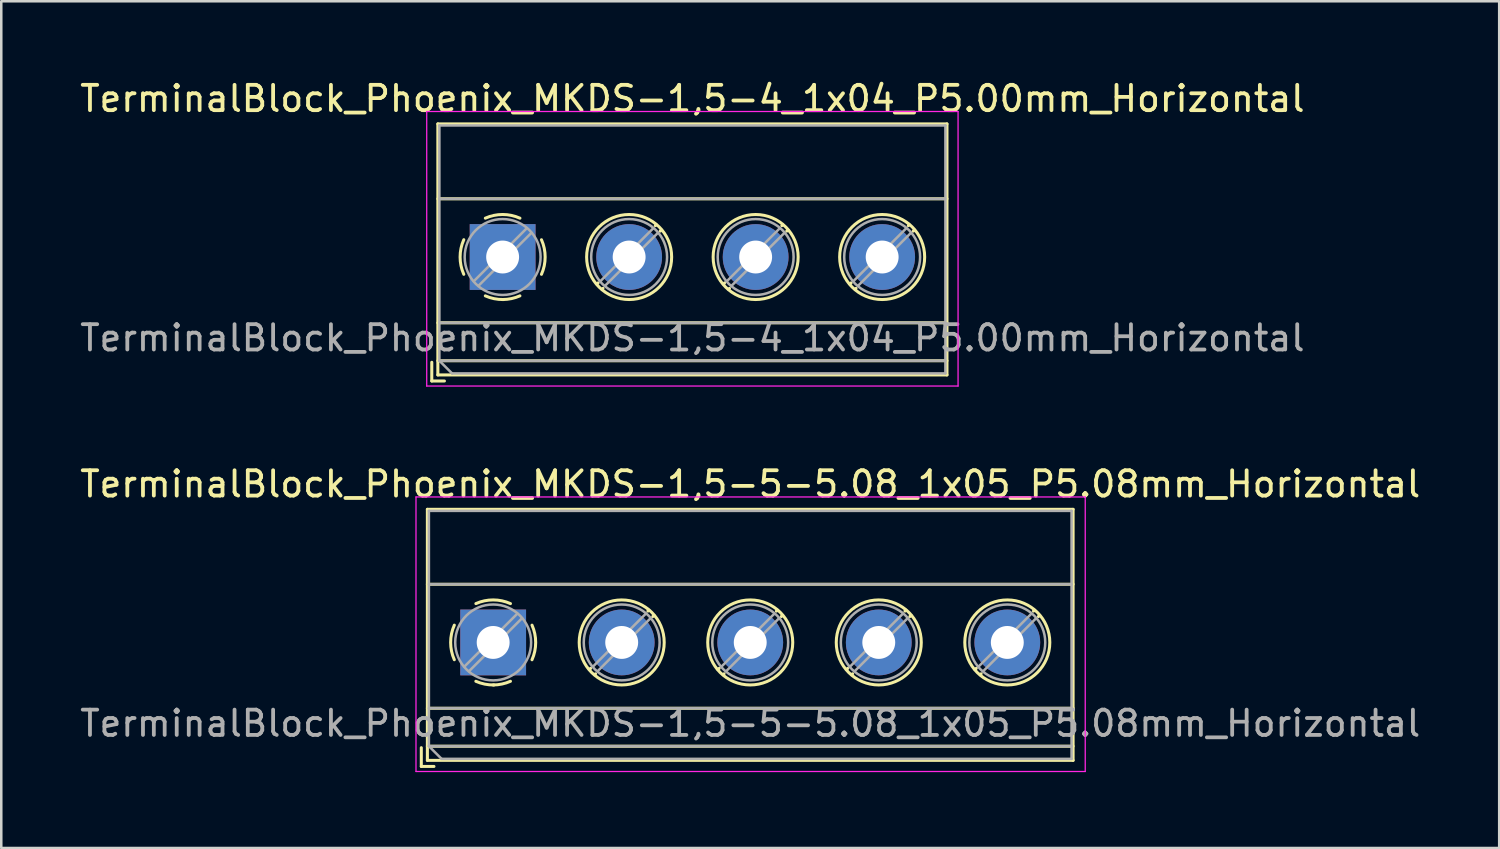
<source format=kicad_pcb>
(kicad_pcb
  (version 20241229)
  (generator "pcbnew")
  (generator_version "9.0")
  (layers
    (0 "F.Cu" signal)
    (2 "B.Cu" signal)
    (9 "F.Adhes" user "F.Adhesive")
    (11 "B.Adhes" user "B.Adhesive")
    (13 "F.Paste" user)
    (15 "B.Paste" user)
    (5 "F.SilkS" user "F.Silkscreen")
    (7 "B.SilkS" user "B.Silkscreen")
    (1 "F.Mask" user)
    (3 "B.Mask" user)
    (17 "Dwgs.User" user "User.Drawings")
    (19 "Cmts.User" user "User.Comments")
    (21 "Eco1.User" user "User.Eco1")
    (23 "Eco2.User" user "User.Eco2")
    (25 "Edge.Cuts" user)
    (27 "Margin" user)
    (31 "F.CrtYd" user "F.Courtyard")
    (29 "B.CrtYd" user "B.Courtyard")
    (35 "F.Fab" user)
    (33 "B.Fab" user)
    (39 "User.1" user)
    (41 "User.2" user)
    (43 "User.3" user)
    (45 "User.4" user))
  (footprint "TerminalBlock_Phoenix_MKDS-1,5-5-5.08_1x05_P5.08mm_Horizontal"
    (layer "F.Cu")
    (at 16.441 22.341)
    (property "Reference" "TerminalBlock_Phoenix_MKDS-1,5-5-5.08_1x05_P5.08mm_Horizontal" (at 10.16 -6.26 0) (layer "F.SilkS") (effects (font (size 1 1) (thickness 0.15))))
    (attr through_hole)
    (fp_line (start -2.84 4.16) (end -2.84 4.9) (stroke (width 0.12) (type solid)) (layer "F.SilkS"))
    (fp_line (start -2.84 4.9) (end -2.34 4.9) (stroke (width 0.12) (type solid)) (layer "F.SilkS"))
    (fp_line (start -2.6 -5.261) (end -2.6 4.66) (stroke (width 0.12) (type solid)) (layer "F.SilkS"))
    (fp_line (start -2.6 -5.261) (end 22.92 -5.261) (stroke (width 0.12) (type solid)) (layer "F.SilkS"))
    (fp_line (start -2.6 -2.301) (end 22.92 -2.301) (stroke (width 0.12) (type solid)) (layer "F.SilkS"))
    (fp_line (start -2.6 2.6) (end 22.92 2.6) (stroke (width 0.12) (type solid)) (layer "F.SilkS"))
    (fp_line (start -2.6 4.1) (end 22.92 4.1) (stroke (width 0.12) (type solid)) (layer "F.SilkS"))
    (fp_line (start -2.6 4.66) (end 22.92 4.66) (stroke (width 0.12) (type solid)) (layer "F.SilkS"))
    (fp_line (start 3.853 1.023) (end 3.806 1.069) (stroke (width 0.12) (type solid)) (layer "F.SilkS"))
    (fp_line (start 4.046 1.239) (end 4.011 1.274) (stroke (width 0.12) (type solid)) (layer "F.SilkS"))
    (fp_line (start 6.15 -1.275) (end 6.115 -1.239) (stroke (width 0.12) (type solid)) (layer "F.SilkS"))
    (fp_line (start 6.355 -1.069) (end 6.308 -1.023) (stroke (width 0.12) (type solid)) (layer "F.SilkS"))
    (fp_line (start 8.933 1.023) (end 8.886 1.069) (stroke (width 0.12) (type solid)) (layer "F.SilkS"))
    (fp_line (start 9.126 1.239) (end 9.091 1.274) (stroke (width 0.12) (type solid)) (layer "F.SilkS"))
    (fp_line (start 11.23 -1.275) (end 11.195 -1.239) (stroke (width 0.12) (type solid)) (layer "F.SilkS"))
    (fp_line (start 11.435 -1.069) (end 11.388 -1.023) (stroke (width 0.12) (type solid)) (layer "F.SilkS"))
    (fp_line (start 14.013 1.023) (end 13.966 1.069) (stroke (width 0.12) (type solid)) (layer "F.SilkS"))
    (fp_line (start 14.206 1.239) (end 14.171 1.274) (stroke (width 0.12) (type solid)) (layer "F.SilkS"))
    (fp_line (start 16.31 -1.275) (end 16.275 -1.239) (stroke (width 0.12) (type solid)) (layer "F.SilkS"))
    (fp_line (start 16.515 -1.069) (end 16.468 -1.023) (stroke (width 0.12) (type solid)) (layer "F.SilkS"))
    (fp_line (start 19.093 1.023) (end 19.046 1.069) (stroke (width 0.12) (type solid)) (layer "F.SilkS"))
    (fp_line (start 19.286 1.239) (end 19.251 1.274) (stroke (width 0.12) (type solid)) (layer "F.SilkS"))
    (fp_line (start 21.39 -1.275) (end 21.355 -1.239) (stroke (width 0.12) (type solid)) (layer "F.SilkS"))
    (fp_line (start 21.595 -1.069) (end 21.548 -1.023) (stroke (width 0.12) (type solid)) (layer "F.SilkS"))
    (fp_line (start 22.92 -5.261) (end 22.92 4.66) (stroke (width 0.12) (type solid)) (layer "F.SilkS"))
    (fp_arc (start -1.535427 0.683042) (mid -1.680501 -0.000524) (end -1.535 -0.684) (stroke (width 0.12) (type solid)) (layer "F.SilkS"))
    (fp_arc (start -0.683042 -1.535427) (mid 0.000524 -1.680501) (end 0.684 -1.535) (stroke (width 0.12) (type solid)) (layer "F.SilkS"))
    (fp_arc (start 0.028805 1.680253) (mid -0.335551 1.646659) (end -0.684 1.535) (stroke (width 0.12) (type solid)) (layer "F.SilkS"))
    (fp_arc (start 0.683318 1.534756) (mid 0.349292 1.643288) (end 0 1.68) (stroke (width 0.12) (type solid)) (layer "F.SilkS"))
    (fp_arc (start 1.535427 -0.683042) (mid 1.680501 0.000524) (end 1.535 0.684) (stroke (width 0.12) (type solid)) (layer "F.SilkS"))
    (fp_circle (center 5.08 0) (end 6.76 0) (stroke (width 0.12) (type solid)) (fill no) (layer "F.SilkS"))
    (fp_circle (center 10.16 0) (end 11.84 0) (stroke (width 0.12) (type solid)) (fill no) (layer "F.SilkS"))
    (fp_circle (center 15.24 0) (end 16.92 0) (stroke (width 0.12) (type solid)) (fill no) (layer "F.SilkS"))
    (fp_circle (center 20.32 0) (end 22 0) (stroke (width 0.12) (type solid)) (fill no) (layer "F.SilkS"))
    (fp_line (start -3.05 -5.75) (end -3.05 5.1) (stroke (width 0.05) (type solid)) (layer "F.CrtYd"))
    (fp_line (start -3.05 5.1) (end 23.4 5.1) (stroke (width 0.05) (type solid)) (layer "F.CrtYd"))
    (fp_line (start 23.4 -5.75) (end -3.05 -5.75) (stroke (width 0.05) (type solid)) (layer "F.CrtYd"))
    (fp_line (start 23.4 5.1) (end 23.4 -5.75) (stroke (width 0.05) (type solid)) (layer "F.CrtYd"))
    (fp_line (start -2.54 -5.2) (end 22.86 -5.2) (stroke (width 0.1) (type solid)) (layer "F.Fab"))
    (fp_line (start -2.54 -2.3) (end 22.86 -2.3) (stroke (width 0.1) (type solid)) (layer "F.Fab"))
    (fp_line (start -2.54 2.6) (end 22.86 2.6) (stroke (width 0.1) (type solid)) (layer "F.Fab"))
    (fp_line (start -2.54 4.1) (end -2.54 -5.2) (stroke (width 0.1) (type solid)) (layer "F.Fab"))
    (fp_line (start -2.54 4.1) (end 22.86 4.1) (stroke (width 0.1) (type solid)) (layer "F.Fab"))
    (fp_line (start -2.04 4.6) (end -2.54 4.1) (stroke (width 0.1) (type solid)) (layer "F.Fab"))
    (fp_line (start 0.955 -1.138) (end -1.138 0.955) (stroke (width 0.1) (type solid)) (layer "F.Fab"))
    (fp_line (start 1.138 -0.955) (end -0.955 1.138) (stroke (width 0.1) (type solid)) (layer "F.Fab"))
    (fp_line (start 6.035 -1.138) (end 3.943 0.955) (stroke (width 0.1) (type solid)) (layer "F.Fab"))
    (fp_line (start 6.218 -0.955) (end 4.126 1.138) (stroke (width 0.1) (type solid)) (layer "F.Fab"))
    (fp_line (start 11.115 -1.138) (end 9.023 0.955) (stroke (width 0.1) (type solid)) (layer "F.Fab"))
    (fp_line (start 11.298 -0.955) (end 9.206 1.138) (stroke (width 0.1) (type solid)) (layer "F.Fab"))
    (fp_line (start 16.195 -1.138) (end 14.103 0.955) (stroke (width 0.1) (type solid)) (layer "F.Fab"))
    (fp_line (start 16.378 -0.955) (end 14.286 1.138) (stroke (width 0.1) (type solid)) (layer "F.Fab"))
    (fp_line (start 21.275 -1.138) (end 19.183 0.955) (stroke (width 0.1) (type solid)) (layer "F.Fab"))
    (fp_line (start 21.458 -0.955) (end 19.366 1.138) (stroke (width 0.1) (type solid)) (layer "F.Fab"))
    (fp_line (start 22.86 -5.2) (end 22.86 4.6) (stroke (width 0.1) (type solid)) (layer "F.Fab"))
    (fp_line (start 22.86 4.6) (end -2.04 4.6) (stroke (width 0.1) (type solid)) (layer "F.Fab"))
    (fp_circle (center 0 0) (end 1.5 0) (stroke (width 0.1) (type solid)) (fill no) (layer "F.Fab"))
    (fp_circle (center 5.08 0) (end 6.58 0) (stroke (width 0.1) (type solid)) (fill no) (layer "F.Fab"))
    (fp_circle (center 10.16 0) (end 11.66 0) (stroke (width 0.1) (type solid)) (fill no) (layer "F.Fab"))
    (fp_circle (center 15.24 0) (end 16.74 0) (stroke (width 0.1) (type solid)) (fill no) (layer "F.Fab"))
    (fp_circle (center 20.32 0) (end 21.82 0) (stroke (width 0.1) (type solid)) (fill no) (layer "F.Fab"))
    (fp_text user "${REFERENCE}" (at 10.16 3.2 0) (layer "F.Fab") (effects (font (size 1 1) (thickness 0.15))))
    (pad "1" thru_hole rect (at 0 0) (size 2.6 2.6) (drill 1.3) (layers "*.Cu" "*.Mask"))
    (pad "2" thru_hole circle (at 5.08 0) (size 2.6 2.6) (drill 1.3) (layers "*.Cu" "*.Mask"))
    (pad "3" thru_hole circle (at 10.16 0) (size 2.6 2.6) (drill 1.3) (layers "*.Cu" "*.Mask"))
    (pad "4" thru_hole circle (at 15.24 0) (size 2.6 2.6) (drill 1.3) (layers "*.Cu" "*.Mask"))
    (pad "5" thru_hole circle (at 20.32 0) (size 2.6 2.6) (drill 1.3) (layers "*.Cu" "*.Mask")))
  (footprint "TerminalBlock_Phoenix_MKDS-1,5-4_1x04_P5.00mm_Horizontal"
    (layer "F.Cu")
    (at 16.815 7.108)
    (property "Reference" "TerminalBlock_Phoenix_MKDS-1,5-4_1x04_P5.00mm_Horizontal" (at 7.5 -6.26 0) (layer "F.SilkS") (effects (font (size 1 1) (thickness 0.15))))
    (attr through_hole)
    (fp_line (start -2.8 4.16) (end -2.8 4.9) (stroke (width 0.12) (type solid)) (layer "F.SilkS"))
    (fp_line (start -2.8 4.9) (end -2.3 4.9) (stroke (width 0.12) (type solid)) (layer "F.SilkS"))
    (fp_line (start -2.56 -5.261) (end -2.56 4.66) (stroke (width 0.12) (type solid)) (layer "F.SilkS"))
    (fp_line (start -2.56 -5.261) (end 17.561 -5.261) (stroke (width 0.12) (type solid)) (layer "F.SilkS"))
    (fp_line (start -2.56 -2.301) (end 17.561 -2.301) (stroke (width 0.12) (type solid)) (layer "F.SilkS"))
    (fp_line (start -2.56 2.6) (end 17.561 2.6) (stroke (width 0.12) (type solid)) (layer "F.SilkS"))
    (fp_line (start -2.56 4.1) (end 17.561 4.1) (stroke (width 0.12) (type solid)) (layer "F.SilkS"))
    (fp_line (start -2.56 4.66) (end 17.561 4.66) (stroke (width 0.12) (type solid)) (layer "F.SilkS"))
    (fp_line (start 3.773 1.023) (end 3.726 1.069) (stroke (width 0.12) (type solid)) (layer "F.SilkS"))
    (fp_line (start 3.966 1.239) (end 3.931 1.274) (stroke (width 0.12) (type solid)) (layer "F.SilkS"))
    (fp_line (start 6.07 -1.275) (end 6.035 -1.239) (stroke (width 0.12) (type solid)) (layer "F.SilkS"))
    (fp_line (start 6.275 -1.069) (end 6.228 -1.023) (stroke (width 0.12) (type solid)) (layer "F.SilkS"))
    (fp_line (start 8.773 1.023) (end 8.726 1.069) (stroke (width 0.12) (type solid)) (layer "F.SilkS"))
    (fp_line (start 8.966 1.239) (end 8.931 1.274) (stroke (width 0.12) (type solid)) (layer "F.SilkS"))
    (fp_line (start 11.07 -1.275) (end 11.035 -1.239) (stroke (width 0.12) (type solid)) (layer "F.SilkS"))
    (fp_line (start 11.275 -1.069) (end 11.228 -1.023) (stroke (width 0.12) (type solid)) (layer "F.SilkS"))
    (fp_line (start 13.773 1.023) (end 13.726 1.069) (stroke (width 0.12) (type solid)) (layer "F.SilkS"))
    (fp_line (start 13.966 1.239) (end 13.931 1.274) (stroke (width 0.12) (type solid)) (layer "F.SilkS"))
    (fp_line (start 16.07 -1.275) (end 16.035 -1.239) (stroke (width 0.12) (type solid)) (layer "F.SilkS"))
    (fp_line (start 16.275 -1.069) (end 16.228 -1.023) (stroke (width 0.12) (type solid)) (layer "F.SilkS"))
    (fp_line (start 17.561 -5.261) (end 17.561 4.66) (stroke (width 0.12) (type solid)) (layer "F.SilkS"))
    (fp_arc (start -1.535427 0.683042) (mid -1.680501 -0.000524) (end -1.535 -0.684) (stroke (width 0.12) (type solid)) (layer "F.SilkS"))
    (fp_arc (start -0.683042 -1.535427) (mid 0.000524 -1.680501) (end 0.684 -1.535) (stroke (width 0.12) (type solid)) (layer "F.SilkS"))
    (fp_arc (start 0.028805 1.680253) (mid -0.335551 1.646659) (end -0.684 1.535) (stroke (width 0.12) (type solid)) (layer "F.SilkS"))
    (fp_arc (start 0.683318 1.534756) (mid 0.349292 1.643288) (end 0 1.68) (stroke (width 0.12) (type solid)) (layer "F.SilkS"))
    (fp_arc (start 1.535427 -0.683042) (mid 1.680501 0.000524) (end 1.535 0.684) (stroke (width 0.12) (type solid)) (layer "F.SilkS"))
    (fp_circle (center 5 0) (end 6.68 0) (stroke (width 0.12) (type solid)) (fill no) (layer "F.SilkS"))
    (fp_circle (center 10 0) (end 11.68 0) (stroke (width 0.12) (type solid)) (fill no) (layer "F.SilkS"))
    (fp_circle (center 15 0) (end 16.68 0) (stroke (width 0.12) (type solid)) (fill no) (layer "F.SilkS"))
    (fp_line (start -3 -5.75) (end -3 5.1) (stroke (width 0.05) (type solid)) (layer "F.CrtYd"))
    (fp_line (start -3 5.1) (end 18 5.1) (stroke (width 0.05) (type solid)) (layer "F.CrtYd"))
    (fp_line (start 18 -5.75) (end -3 -5.75) (stroke (width 0.05) (type solid)) (layer "F.CrtYd"))
    (fp_line (start 18 5.1) (end 18 -5.75) (stroke (width 0.05) (type solid)) (layer "F.CrtYd"))
    (fp_line (start -2.5 -5.2) (end 17.5 -5.2) (stroke (width 0.1) (type solid)) (layer "F.Fab"))
    (fp_line (start -2.5 -2.3) (end 17.5 -2.3) (stroke (width 0.1) (type solid)) (layer "F.Fab"))
    (fp_line (start -2.5 2.6) (end 17.5 2.6) (stroke (width 0.1) (type solid)) (layer "F.Fab"))
    (fp_line (start -2.5 4.1) (end -2.5 -5.2) (stroke (width 0.1) (type solid)) (layer "F.Fab"))
    (fp_line (start -2.5 4.1) (end 17.5 4.1) (stroke (width 0.1) (type solid)) (layer "F.Fab"))
    (fp_line (start -2 4.6) (end -2.5 4.1) (stroke (width 0.1) (type solid)) (layer "F.Fab"))
    (fp_line (start 0.955 -1.138) (end -1.138 0.955) (stroke (width 0.1) (type solid)) (layer "F.Fab"))
    (fp_line (start 1.138 -0.955) (end -0.955 1.138) (stroke (width 0.1) (type solid)) (layer "F.Fab"))
    (fp_line (start 5.955 -1.138) (end 3.863 0.955) (stroke (width 0.1) (type solid)) (layer "F.Fab"))
    (fp_line (start 6.138 -0.955) (end 4.046 1.138) (stroke (width 0.1) (type solid)) (layer "F.Fab"))
    (fp_line (start 10.955 -1.138) (end 8.863 0.955) (stroke (width 0.1) (type solid)) (layer "F.Fab"))
    (fp_line (start 11.138 -0.955) (end 9.046 1.138) (stroke (width 0.1) (type solid)) (layer "F.Fab"))
    (fp_line (start 15.955 -1.138) (end 13.863 0.955) (stroke (width 0.1) (type solid)) (layer "F.Fab"))
    (fp_line (start 16.138 -0.955) (end 14.046 1.138) (stroke (width 0.1) (type solid)) (layer "F.Fab"))
    (fp_line (start 17.5 -5.2) (end 17.5 4.6) (stroke (width 0.1) (type solid)) (layer "F.Fab"))
    (fp_line (start 17.5 4.6) (end -2 4.6) (stroke (width 0.1) (type solid)) (layer "F.Fab"))
    (fp_circle (center 0 0) (end 1.5 0) (stroke (width 0.1) (type solid)) (fill no) (layer "F.Fab"))
    (fp_circle (center 5 0) (end 6.5 0) (stroke (width 0.1) (type solid)) (fill no) (layer "F.Fab"))
    (fp_circle (center 10 0) (end 11.5 0) (stroke (width 0.1) (type solid)) (fill no) (layer "F.Fab"))
    (fp_circle (center 15 0) (end 16.5 0) (stroke (width 0.1) (type solid)) (fill no) (layer "F.Fab"))
    (fp_text user "${REFERENCE}" (at 7.5 3.2 0) (layer "F.Fab") (effects (font (size 1 1) (thickness 0.15))))
    (pad "1" thru_hole rect (at 0 0) (size 2.6 2.6) (drill 1.3) (layers "*.Cu" "*.Mask"))
    (pad "2" thru_hole circle (at 5 0) (size 2.6 2.6) (drill 1.3) (layers "*.Cu" "*.Mask"))
    (pad "3" thru_hole circle (at 10 0) (size 2.6 2.6) (drill 1.3) (layers "*.Cu" "*.Mask"))
    (pad "4" thru_hole circle (at 15 0) (size 2.6 2.6) (drill 1.3) (layers "*.Cu" "*.Mask")))
  (gr_rect
    (start -3 -3)
    (end 56.202 30.466)
    (stroke (width 0.1) (type default))
    (fill no)
    (layer "Edge.Cuts")))
</source>
